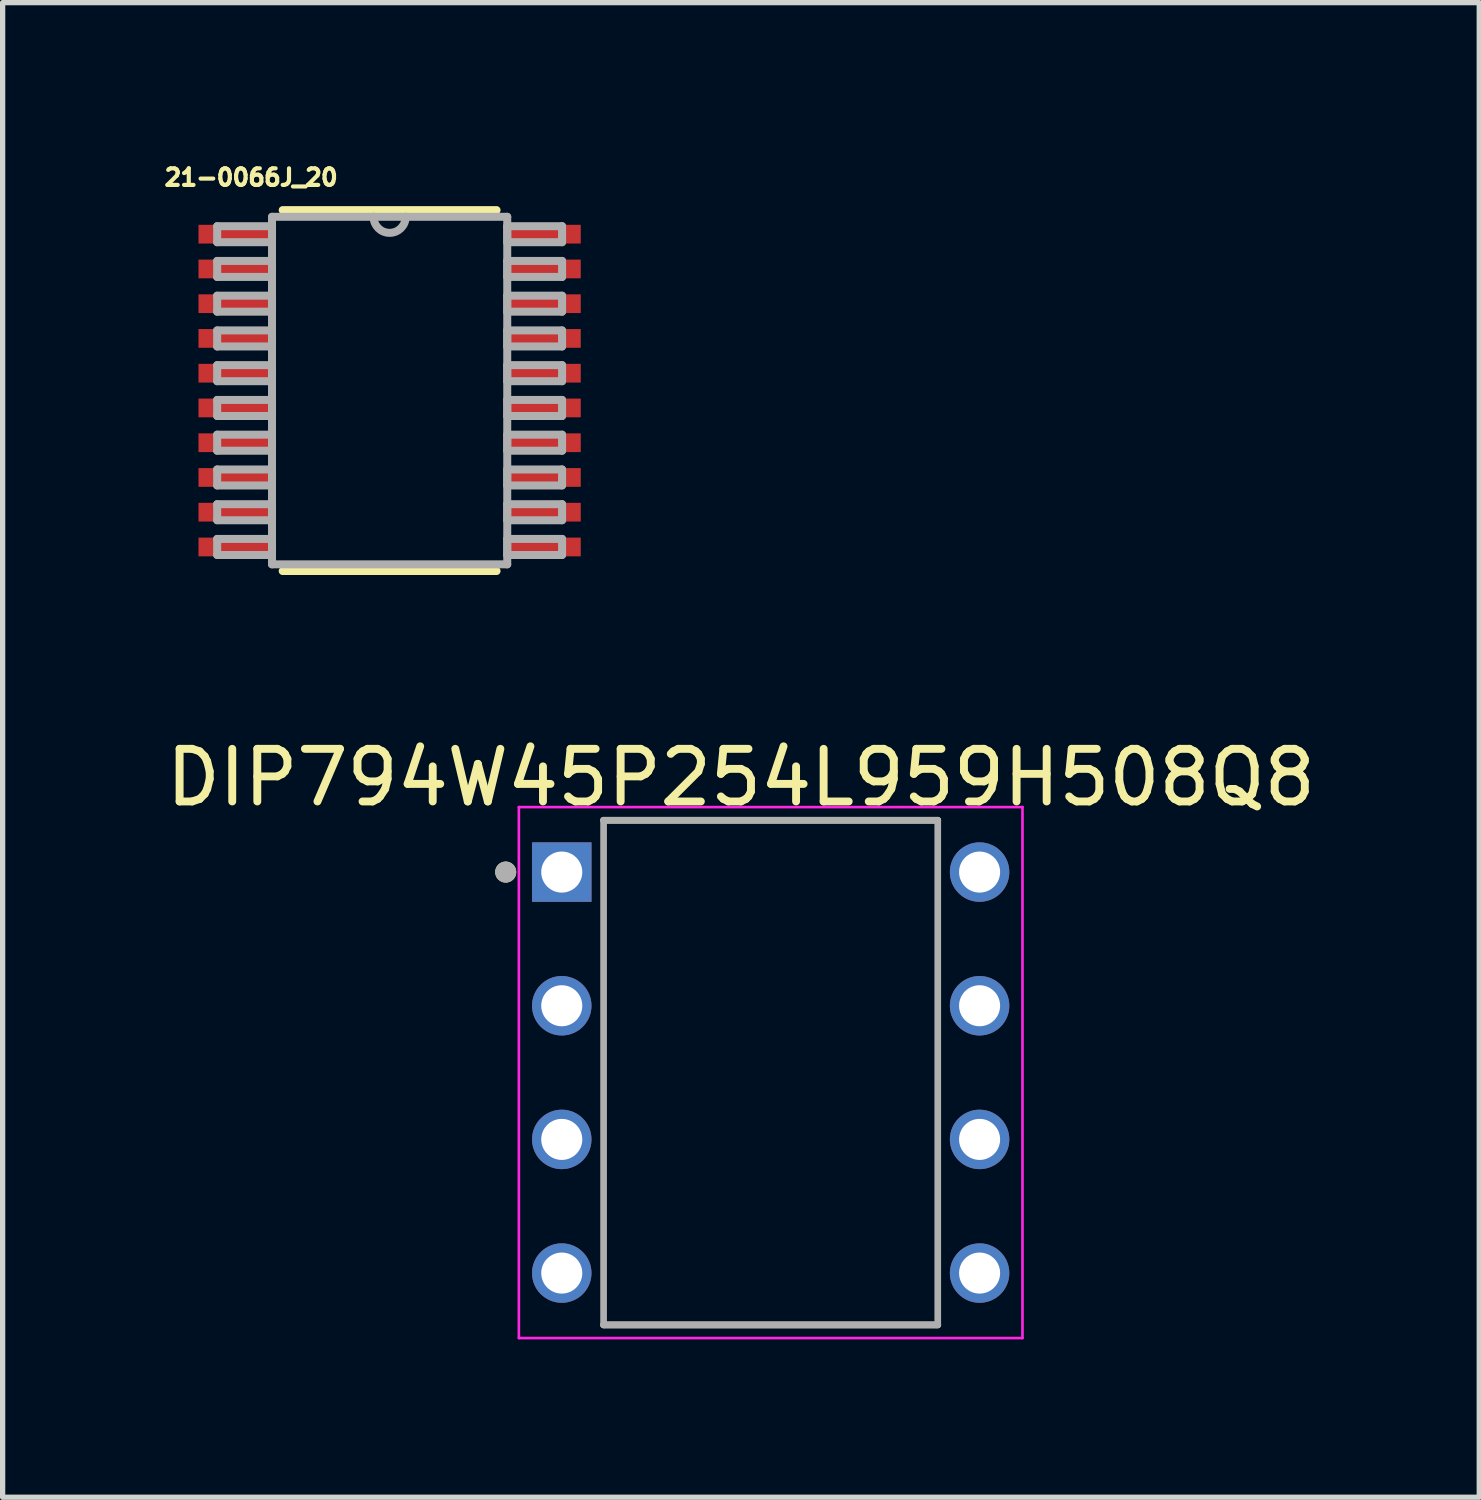
<source format=kicad_pcb>
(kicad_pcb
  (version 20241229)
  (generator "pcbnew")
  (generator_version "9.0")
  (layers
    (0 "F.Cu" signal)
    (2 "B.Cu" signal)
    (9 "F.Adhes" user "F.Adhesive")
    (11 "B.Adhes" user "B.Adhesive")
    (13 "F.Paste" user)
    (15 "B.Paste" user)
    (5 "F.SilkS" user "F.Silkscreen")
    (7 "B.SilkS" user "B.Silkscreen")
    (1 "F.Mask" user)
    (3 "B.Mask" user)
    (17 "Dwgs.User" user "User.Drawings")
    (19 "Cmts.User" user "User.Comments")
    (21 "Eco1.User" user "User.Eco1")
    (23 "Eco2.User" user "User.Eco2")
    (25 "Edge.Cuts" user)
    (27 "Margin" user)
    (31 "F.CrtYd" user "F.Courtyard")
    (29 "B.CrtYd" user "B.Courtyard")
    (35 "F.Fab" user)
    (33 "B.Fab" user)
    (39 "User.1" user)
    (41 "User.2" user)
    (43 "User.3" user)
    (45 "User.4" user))
  (footprint "DIP794W45P254L959H508Q8"
    (layer "F.Cu")
    (at 11.595 17.332)
    (property "Reference" "DIP794W45P254L959H508Q8" (at -0.565 -5.607 0) (layer "F.SilkS") (effects (font (size 1 1) (thickness 0.15))))
    (attr through_hole)
    (fp_line (start -3.175 -4.795) (end 3.175 -4.795) (stroke (width 0.127) (type solid)) (layer "F.SilkS"))
    (fp_line (start -3.175 4.795) (end 3.175 4.795) (stroke (width 0.127) (type solid)) (layer "F.SilkS"))
    (fp_circle (center -5.035 -3.81) (end -4.935 -3.81) (stroke (width 0.2) (type solid)) (fill no) (layer "F.SilkS"))
    (fp_line (start -4.785 -5.045) (end -4.785 5.045) (stroke (width 0.05) (type solid)) (layer "F.CrtYd"))
    (fp_line (start 4.785 -5.045) (end -4.785 -5.045) (stroke (width 0.05) (type solid)) (layer "F.CrtYd"))
    (fp_line (start 4.785 -5.045) (end 4.785 5.045) (stroke (width 0.05) (type solid)) (layer "F.CrtYd"))
    (fp_line (start 4.785 5.045) (end -4.785 5.045) (stroke (width 0.05) (type solid)) (layer "F.CrtYd"))
    (fp_line (start -3.175 -4.795) (end -3.175 4.795) (stroke (width 0.127) (type solid)) (layer "F.Fab"))
    (fp_line (start -3.175 -4.795) (end 3.175 -4.795) (stroke (width 0.127) (type solid)) (layer "F.Fab"))
    (fp_line (start -3.175 4.795) (end 3.175 4.795) (stroke (width 0.127) (type solid)) (layer "F.Fab"))
    (fp_line (start 3.175 -4.795) (end 3.175 4.795) (stroke (width 0.127) (type solid)) (layer "F.Fab"))
    (fp_circle (center -5.035 -3.81) (end -4.935 -3.81) (stroke (width 0.2) (type solid)) (fill no) (layer "F.Fab"))
    (pad "1" thru_hole rect (at -3.97 -3.81) (size 1.13 1.13) (drill 0.78) (layers "*.Cu" "*.Mask"))
    (pad "2" thru_hole circle (at -3.97 -1.27) (size 1.13 1.13) (drill 0.78) (layers "*.Cu" "*.Mask"))
    (pad "3" thru_hole circle (at -3.97 1.27) (size 1.13 1.13) (drill 0.78) (layers "*.Cu" "*.Mask"))
    (pad "4" thru_hole circle (at -3.97 3.81) (size 1.13 1.13) (drill 0.78) (layers "*.Cu" "*.Mask"))
    (pad "5" thru_hole circle (at 3.97 3.81) (size 1.13 1.13) (drill 0.78) (layers "*.Cu" "*.Mask"))
    (pad "6" thru_hole circle (at 3.97 1.27) (size 1.13 1.13) (drill 0.78) (layers "*.Cu" "*.Mask"))
    (pad "7" thru_hole circle (at 3.97 -1.27) (size 1.13 1.13) (drill 0.78) (layers "*.Cu" "*.Mask"))
    (pad "8" thru_hole circle (at 3.97 -3.81) (size 1.13 1.13) (drill 0.78) (layers "*.Cu" "*.Mask")))
  (footprint "21-0066J_20"
    (layer "F.Cu")
    (at 4.354 4.372)
    (property "Reference" "21-0066J_20" (at -2.632 -4.05 0) (layer "F.SilkS") (effects (font (size 0.315 0.315) (thickness 0.15))))
    (attr smd)
    (fp_line (start -2.032 3.429) (end 2.032 3.429) (stroke (width 0.152) (type solid)) (layer "F.SilkS"))
    (fp_line (start 2.032 -3.429) (end -2.032 -3.429) (stroke (width 0.152) (type solid)) (layer "F.SilkS"))
    (fp_line (start -3.277 -3.124) (end -3.277 -2.819) (stroke (width 0.152) (type solid)) (layer "F.Fab"))
    (fp_line (start -3.277 -2.819) (end -2.235 -2.819) (stroke (width 0.152) (type solid)) (layer "F.Fab"))
    (fp_line (start -3.277 -2.464) (end -3.277 -2.159) (stroke (width 0.152) (type solid)) (layer "F.Fab"))
    (fp_line (start -3.277 -2.159) (end -2.235 -2.159) (stroke (width 0.152) (type solid)) (layer "F.Fab"))
    (fp_line (start -3.277 -1.803) (end -3.277 -1.499) (stroke (width 0.152) (type solid)) (layer "F.Fab"))
    (fp_line (start -3.277 -1.499) (end -2.235 -1.499) (stroke (width 0.152) (type solid)) (layer "F.Fab"))
    (fp_line (start -3.277 -1.143) (end -3.277 -0.838) (stroke (width 0.152) (type solid)) (layer "F.Fab"))
    (fp_line (start -3.277 -0.838) (end -2.235 -0.838) (stroke (width 0.152) (type solid)) (layer "F.Fab"))
    (fp_line (start -3.277 -0.483) (end -3.277 -0.178) (stroke (width 0.152) (type solid)) (layer "F.Fab"))
    (fp_line (start -3.277 -0.178) (end -2.235 -0.178) (stroke (width 0.152) (type solid)) (layer "F.Fab"))
    (fp_line (start -3.277 0.178) (end -3.277 0.483) (stroke (width 0.152) (type solid)) (layer "F.Fab"))
    (fp_line (start -3.277 0.483) (end -2.235 0.483) (stroke (width 0.152) (type solid)) (layer "F.Fab"))
    (fp_line (start -3.277 0.838) (end -3.277 1.143) (stroke (width 0.152) (type solid)) (layer "F.Fab"))
    (fp_line (start -3.277 1.143) (end -2.235 1.143) (stroke (width 0.152) (type solid)) (layer "F.Fab"))
    (fp_line (start -3.277 1.499) (end -3.277 1.803) (stroke (width 0.152) (type solid)) (layer "F.Fab"))
    (fp_line (start -3.277 1.803) (end -2.235 1.803) (stroke (width 0.152) (type solid)) (layer "F.Fab"))
    (fp_line (start -3.277 2.159) (end -3.277 2.464) (stroke (width 0.152) (type solid)) (layer "F.Fab"))
    (fp_line (start -3.277 2.464) (end -2.235 2.464) (stroke (width 0.152) (type solid)) (layer "F.Fab"))
    (fp_line (start -3.277 2.819) (end -3.277 3.124) (stroke (width 0.152) (type solid)) (layer "F.Fab"))
    (fp_line (start -3.277 3.124) (end -2.235 3.124) (stroke (width 0.152) (type solid)) (layer "F.Fab"))
    (fp_line (start -2.235 -3.302) (end -2.235 3.302) (stroke (width 0.152) (type solid)) (layer "F.Fab"))
    (fp_line (start -2.235 -3.124) (end -3.277 -3.124) (stroke (width 0.152) (type solid)) (layer "F.Fab"))
    (fp_line (start -2.235 -2.819) (end -2.235 -3.124) (stroke (width 0.152) (type solid)) (layer "F.Fab"))
    (fp_line (start -2.235 -2.464) (end -3.277 -2.464) (stroke (width 0.152) (type solid)) (layer "F.Fab"))
    (fp_line (start -2.235 -2.159) (end -2.235 -2.464) (stroke (width 0.152) (type solid)) (layer "F.Fab"))
    (fp_line (start -2.235 -1.803) (end -3.277 -1.803) (stroke (width 0.152) (type solid)) (layer "F.Fab"))
    (fp_line (start -2.235 -1.499) (end -2.235 -1.803) (stroke (width 0.152) (type solid)) (layer "F.Fab"))
    (fp_line (start -2.235 -1.143) (end -3.277 -1.143) (stroke (width 0.152) (type solid)) (layer "F.Fab"))
    (fp_line (start -2.235 -0.838) (end -2.235 -1.143) (stroke (width 0.152) (type solid)) (layer "F.Fab"))
    (fp_line (start -2.235 -0.483) (end -3.277 -0.483) (stroke (width 0.152) (type solid)) (layer "F.Fab"))
    (fp_line (start -2.235 -0.178) (end -2.235 -0.483) (stroke (width 0.152) (type solid)) (layer "F.Fab"))
    (fp_line (start -2.235 0.178) (end -3.277 0.178) (stroke (width 0.152) (type solid)) (layer "F.Fab"))
    (fp_line (start -2.235 0.483) (end -2.235 0.178) (stroke (width 0.152) (type solid)) (layer "F.Fab"))
    (fp_line (start -2.235 0.838) (end -3.277 0.838) (stroke (width 0.152) (type solid)) (layer "F.Fab"))
    (fp_line (start -2.235 1.143) (end -2.235 0.838) (stroke (width 0.152) (type solid)) (layer "F.Fab"))
    (fp_line (start -2.235 1.499) (end -3.277 1.499) (stroke (width 0.152) (type solid)) (layer "F.Fab"))
    (fp_line (start -2.235 1.803) (end -2.235 1.499) (stroke (width 0.152) (type solid)) (layer "F.Fab"))
    (fp_line (start -2.235 2.159) (end -3.277 2.159) (stroke (width 0.152) (type solid)) (layer "F.Fab"))
    (fp_line (start -2.235 2.464) (end -2.235 2.159) (stroke (width 0.152) (type solid)) (layer "F.Fab"))
    (fp_line (start -2.235 2.819) (end -3.277 2.819) (stroke (width 0.152) (type solid)) (layer "F.Fab"))
    (fp_line (start -2.235 3.124) (end -2.235 2.819) (stroke (width 0.152) (type solid)) (layer "F.Fab"))
    (fp_line (start -2.235 3.302) (end 2.235 3.302) (stroke (width 0.152) (type solid)) (layer "F.Fab"))
    (fp_line (start -0.305 -3.302) (end -2.235 -3.302) (stroke (width 0.152) (type solid)) (layer "F.Fab"))
    (fp_line (start 0.305 -3.302) (end -0.305 -3.302) (stroke (width 0.152) (type solid)) (layer "F.Fab"))
    (fp_line (start 2.235 -3.302) (end 0.305 -3.302) (stroke (width 0.152) (type solid)) (layer "F.Fab"))
    (fp_line (start 2.235 -3.124) (end 2.235 -2.819) (stroke (width 0.152) (type solid)) (layer "F.Fab"))
    (fp_line (start 2.235 -2.819) (end 3.277 -2.819) (stroke (width 0.152) (type solid)) (layer "F.Fab"))
    (fp_line (start 2.235 -2.464) (end 2.235 -2.159) (stroke (width 0.152) (type solid)) (layer "F.Fab"))
    (fp_line (start 2.235 -2.159) (end 3.277 -2.159) (stroke (width 0.152) (type solid)) (layer "F.Fab"))
    (fp_line (start 2.235 -1.803) (end 2.235 -1.499) (stroke (width 0.152) (type solid)) (layer "F.Fab"))
    (fp_line (start 2.235 -1.499) (end 3.277 -1.499) (stroke (width 0.152) (type solid)) (layer "F.Fab"))
    (fp_line (start 2.235 -1.143) (end 2.235 -0.838) (stroke (width 0.152) (type solid)) (layer "F.Fab"))
    (fp_line (start 2.235 -0.838) (end 3.277 -0.838) (stroke (width 0.152) (type solid)) (layer "F.Fab"))
    (fp_line (start 2.235 -0.483) (end 2.235 -0.178) (stroke (width 0.152) (type solid)) (layer "F.Fab"))
    (fp_line (start 2.235 -0.178) (end 3.277 -0.178) (stroke (width 0.152) (type solid)) (layer "F.Fab"))
    (fp_line (start 2.235 0.178) (end 2.235 0.483) (stroke (width 0.152) (type solid)) (layer "F.Fab"))
    (fp_line (start 2.235 0.483) (end 3.277 0.483) (stroke (width 0.152) (type solid)) (layer "F.Fab"))
    (fp_line (start 2.235 0.838) (end 2.235 1.143) (stroke (width 0.152) (type solid)) (layer "F.Fab"))
    (fp_line (start 2.235 1.143) (end 3.277 1.143) (stroke (width 0.152) (type solid)) (layer "F.Fab"))
    (fp_line (start 2.235 1.499) (end 2.235 1.803) (stroke (width 0.152) (type solid)) (layer "F.Fab"))
    (fp_line (start 2.235 1.803) (end 3.277 1.803) (stroke (width 0.152) (type solid)) (layer "F.Fab"))
    (fp_line (start 2.235 2.159) (end 2.235 2.464) (stroke (width 0.152) (type solid)) (layer "F.Fab"))
    (fp_line (start 2.235 2.464) (end 3.277 2.464) (stroke (width 0.152) (type solid)) (layer "F.Fab"))
    (fp_line (start 2.235 2.819) (end 2.235 3.124) (stroke (width 0.152) (type solid)) (layer "F.Fab"))
    (fp_line (start 2.235 3.124) (end 3.277 3.124) (stroke (width 0.152) (type solid)) (layer "F.Fab"))
    (fp_line (start 2.235 3.302) (end 2.235 -3.302) (stroke (width 0.152) (type solid)) (layer "F.Fab"))
    (fp_line (start 3.277 -3.124) (end 2.235 -3.124) (stroke (width 0.152) (type solid)) (layer "F.Fab"))
    (fp_line (start 3.277 -2.819) (end 3.277 -3.124) (stroke (width 0.152) (type solid)) (layer "F.Fab"))
    (fp_line (start 3.277 -2.464) (end 2.235 -2.464) (stroke (width 0.152) (type solid)) (layer "F.Fab"))
    (fp_line (start 3.277 -2.159) (end 3.277 -2.464) (stroke (width 0.152) (type solid)) (layer "F.Fab"))
    (fp_line (start 3.277 -1.803) (end 2.235 -1.803) (stroke (width 0.152) (type solid)) (layer "F.Fab"))
    (fp_line (start 3.277 -1.499) (end 3.277 -1.803) (stroke (width 0.152) (type solid)) (layer "F.Fab"))
    (fp_line (start 3.277 -1.143) (end 2.235 -1.143) (stroke (width 0.152) (type solid)) (layer "F.Fab"))
    (fp_line (start 3.277 -0.838) (end 3.277 -1.143) (stroke (width 0.152) (type solid)) (layer "F.Fab"))
    (fp_line (start 3.277 -0.483) (end 2.235 -0.483) (stroke (width 0.152) (type solid)) (layer "F.Fab"))
    (fp_line (start 3.277 -0.178) (end 3.277 -0.483) (stroke (width 0.152) (type solid)) (layer "F.Fab"))
    (fp_line (start 3.277 0.178) (end 2.235 0.178) (stroke (width 0.152) (type solid)) (layer "F.Fab"))
    (fp_line (start 3.277 0.483) (end 3.277 0.178) (stroke (width 0.152) (type solid)) (layer "F.Fab"))
    (fp_line (start 3.277 0.838) (end 2.235 0.838) (stroke (width 0.152) (type solid)) (layer "F.Fab"))
    (fp_line (start 3.277 1.143) (end 3.277 0.838) (stroke (width 0.152) (type solid)) (layer "F.Fab"))
    (fp_line (start 3.277 1.499) (end 2.235 1.499) (stroke (width 0.152) (type solid)) (layer "F.Fab"))
    (fp_line (start 3.277 1.803) (end 3.277 1.499) (stroke (width 0.152) (type solid)) (layer "F.Fab"))
    (fp_line (start 3.277 2.159) (end 2.235 2.159) (stroke (width 0.152) (type solid)) (layer "F.Fab"))
    (fp_line (start 3.277 2.464) (end 3.277 2.159) (stroke (width 0.152) (type solid)) (layer "F.Fab"))
    (fp_line (start 3.277 2.819) (end 2.235 2.819) (stroke (width 0.152) (type solid)) (layer "F.Fab"))
    (fp_line (start 3.277 3.124) (end 3.277 2.819) (stroke (width 0.152) (type solid)) (layer "F.Fab"))
    (fp_arc (start 0.3048 -3.302) (mid 0 -2.9972) (end -0.3048 -3.302) (stroke (width 0.1524) (type solid)) (layer "F.Fab"))
    (pad "1" smd rect (at -2.921 -2.972) (size 1.422 0.356) (layers "F.Cu" "F.Mask" "F.Paste"))
    (pad "2" smd rect (at -2.921 -2.311) (size 1.422 0.356) (layers "F.Cu" "F.Mask" "F.Paste"))
    (pad "3" smd rect (at -2.921 -1.651) (size 1.422 0.356) (layers "F.Cu" "F.Mask" "F.Paste"))
    (pad "4" smd rect (at -2.921 -0.991) (size 1.422 0.356) (layers "F.Cu" "F.Mask" "F.Paste"))
    (pad "5" smd rect (at -2.921 -0.33) (size 1.422 0.356) (layers "F.Cu" "F.Mask" "F.Paste"))
    (pad "6" smd rect (at -2.921 0.33) (size 1.422 0.356) (layers "F.Cu" "F.Mask" "F.Paste"))
    (pad "7" smd rect (at -2.921 0.991) (size 1.422 0.356) (layers "F.Cu" "F.Mask" "F.Paste"))
    (pad "8" smd rect (at -2.921 1.651) (size 1.422 0.356) (layers "F.Cu" "F.Mask" "F.Paste"))
    (pad "9" smd rect (at -2.921 2.311) (size 1.422 0.356) (layers "F.Cu" "F.Mask" "F.Paste"))
    (pad "10" smd rect (at -2.921 2.972) (size 1.422 0.356) (layers "F.Cu" "F.Mask" "F.Paste"))
    (pad "11" smd rect (at 2.921 2.972) (size 1.422 0.356) (layers "F.Cu" "F.Mask" "F.Paste"))
    (pad "12" smd rect (at 2.921 2.311) (size 1.422 0.356) (layers "F.Cu" "F.Mask" "F.Paste"))
    (pad "13" smd rect (at 2.921 1.651) (size 1.422 0.356) (layers "F.Cu" "F.Mask" "F.Paste"))
    (pad "14" smd rect (at 2.921 0.991) (size 1.422 0.356) (layers "F.Cu" "F.Mask" "F.Paste"))
    (pad "15" smd rect (at 2.921 0.33) (size 1.422 0.356) (layers "F.Cu" "F.Mask" "F.Paste"))
    (pad "16" smd rect (at 2.921 -0.33) (size 1.422 0.356) (layers "F.Cu" "F.Mask" "F.Paste"))
    (pad "17" smd rect (at 2.921 -0.991) (size 1.422 0.356) (layers "F.Cu" "F.Mask" "F.Paste"))
    (pad "18" smd rect (at 2.921 -1.651) (size 1.422 0.356) (layers "F.Cu" "F.Mask" "F.Paste"))
    (pad "19" smd rect (at 2.921 -2.311) (size 1.422 0.356) (layers "F.Cu" "F.Mask" "F.Paste"))
    (pad "20" smd rect (at 2.921 -2.972) (size 1.422 0.356) (layers "F.Cu" "F.Mask" "F.Paste")))
  (gr_rect
    (start -3 -3)
    (end 25.06 25.402)
    (stroke (width 0.1) (type default))
    (fill no)
    (layer "Edge.Cuts")))
</source>
